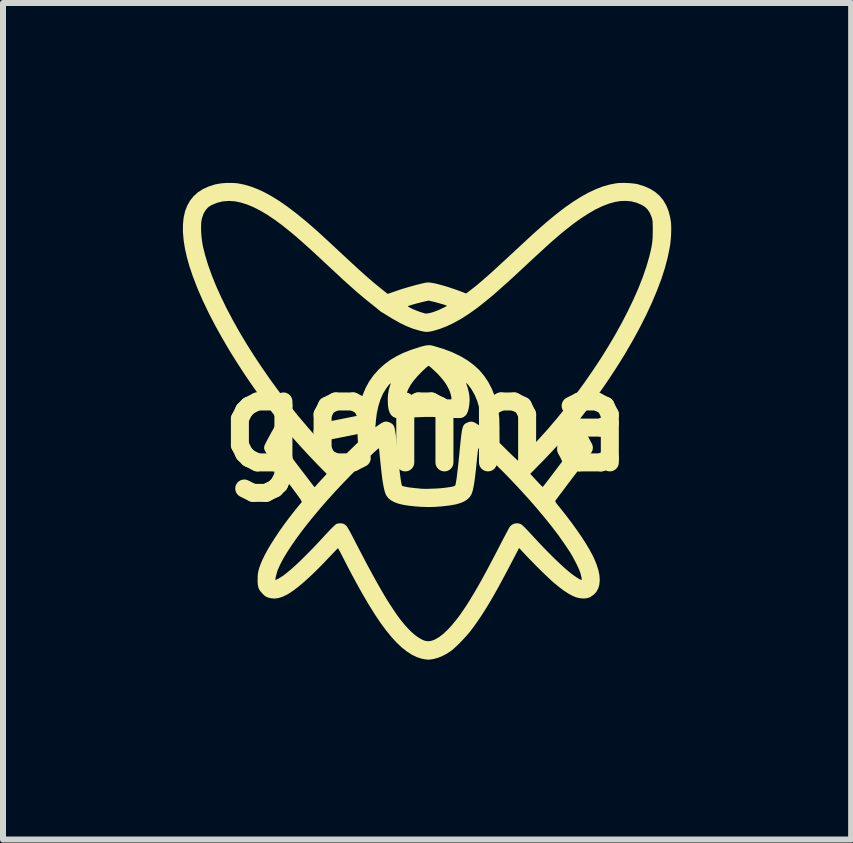
<source format=kicad_pcb>
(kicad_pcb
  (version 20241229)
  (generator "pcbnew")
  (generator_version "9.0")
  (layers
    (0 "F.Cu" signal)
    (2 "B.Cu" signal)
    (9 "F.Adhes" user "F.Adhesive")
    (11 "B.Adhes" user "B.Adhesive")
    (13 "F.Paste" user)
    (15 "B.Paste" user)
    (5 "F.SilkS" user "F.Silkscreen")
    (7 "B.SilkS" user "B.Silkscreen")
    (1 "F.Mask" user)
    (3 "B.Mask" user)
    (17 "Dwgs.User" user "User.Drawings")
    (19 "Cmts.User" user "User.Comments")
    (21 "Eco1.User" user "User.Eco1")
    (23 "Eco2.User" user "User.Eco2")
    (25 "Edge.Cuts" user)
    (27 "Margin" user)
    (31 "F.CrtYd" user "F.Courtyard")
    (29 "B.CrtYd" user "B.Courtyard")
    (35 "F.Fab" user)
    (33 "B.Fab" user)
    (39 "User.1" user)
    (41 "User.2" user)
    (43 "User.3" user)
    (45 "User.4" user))
  (footprint "genna"
    (layer "F.Cu")
    (at 4.071 3.971)
    (property "Reference" "genna" (at 0 0 0) (layer "F.SilkS") (effects (font (size 1.524 1.524) (thickness 0.3))))
    (attr board_only exclude_from_pos_files exclude_from_bom)
    (fp_poly (pts (xy -3.212 -3.969) (xy -3.159 -3.964) (xy -3.051 -3.943) (xy -2.941 -3.911) (xy -2.827 -3.868) (xy -2.711 -3.814) (xy -2.589 -3.747) (xy -2.463 -3.669) (xy -2.331 -3.577) (xy -2.193 -3.473) (xy -2.048 -3.355) (xy -2.048 -3.355) (xy -2.007 -3.321) (xy -1.967 -3.287) (xy -1.928 -3.253) (xy -1.887 -3.217) (xy -1.844 -3.179) (xy -1.797 -3.137) (xy -1.746 -3.09) (xy -1.687 -3.036) (xy -1.621 -2.975) (xy -1.547 -2.906) (xy -1.47 -2.834) (xy -1.375 -2.746) (xy -1.291 -2.668) (xy -1.216 -2.599) (xy -1.149 -2.537) (xy -1.088 -2.482) (xy -1.033 -2.433) (xy -0.982 -2.388) (xy -0.934 -2.347) (xy -0.889 -2.308) (xy -0.844 -2.271) (xy -0.799 -2.234) (xy -0.764 -2.206) (xy -0.656 -2.12) (xy -0.498 -2.175) (xy -0.441 -2.194) (xy -0.378 -2.214) (xy -0.312 -2.233) (xy -0.245 -2.252) (xy -0.18 -2.27) (xy -0.119 -2.285) (xy -0.066 -2.298) (xy -0.023 -2.307) (xy 0.004 -2.311) (xy 0.034 -2.311) (xy 0.077 -2.305) (xy 0.13 -2.295) (xy 0.193 -2.28) (xy 0.263 -2.261) (xy 0.338 -2.239) (xy 0.416 -2.213) (xy 0.496 -2.186) (xy 0.576 -2.156) (xy 0.59 -2.151) (xy 0.652 -2.127) (xy 0.725 -2.183) (xy 0.763 -2.212) (xy 0.801 -2.242) (xy 0.84 -2.274) (xy 0.881 -2.309) (xy 0.926 -2.347) (xy 0.975 -2.39) (xy 1.029 -2.437) (xy 1.089 -2.491) (xy 1.156 -2.552) (xy 1.23 -2.621) (xy 1.314 -2.698) (xy 1.407 -2.784) (xy 1.478 -2.85) (xy 1.557 -2.923) (xy 1.626 -2.987) (xy 1.686 -3.043) (xy 1.74 -3.092) (xy 1.787 -3.135) (xy 1.83 -3.174) (xy 1.871 -3.21) (xy 1.909 -3.244) (xy 1.948 -3.278) (xy 1.987 -3.312) (xy 2.005 -3.327) (xy 2.153 -3.449) (xy 2.294 -3.558) (xy 2.43 -3.653) (xy 2.559 -3.735) (xy 2.684 -3.805) (xy 2.805 -3.862) (xy 2.921 -3.908) (xy 3.034 -3.941) (xy 3.145 -3.963) (xy 3.15 -3.964) (xy 3.198 -3.969) (xy 3.257 -3.971) (xy 3.32 -3.97) (xy 3.383 -3.967) (xy 3.443 -3.961) (xy 3.494 -3.954) (xy 3.515 -3.949) (xy 3.624 -3.915) (xy 3.72 -3.872) (xy 3.805 -3.819) (xy 3.878 -3.756) (xy 3.939 -3.682) (xy 3.988 -3.598) (xy 4.027 -3.503) (xy 4.054 -3.397) (xy 4.066 -3.326) (xy 4.071 -3.268) (xy 4.072 -3.197) (xy 4.07 -3.12) (xy 4.065 -3.039) (xy 4.057 -2.959) (xy 4.046 -2.889) (xy 4.012 -2.723) (xy 3.966 -2.55) (xy 3.907 -2.367) (xy 3.835 -2.177) (xy 3.752 -1.979) (xy 3.657 -1.774) (xy 3.55 -1.562) (xy 3.431 -1.344) (xy 3.301 -1.12) (xy 3.297 -1.114) (xy 3.217 -0.984) (xy 3.129 -0.846) (xy 3.035 -0.703) (xy 2.937 -0.56) (xy 2.837 -0.419) (xy 2.739 -0.284) (xy 2.644 -0.158) (xy 2.625 -0.134) (xy 2.532 -0.014) (xy 2.638 0.176) (xy 2.666 0.227) (xy 2.693 0.275) (xy 2.716 0.317) (xy 2.735 0.353) (xy 2.749 0.379) (xy 2.756 0.393) (xy 2.756 0.394) (xy 2.766 0.436) (xy 2.762 0.478) (xy 2.75 0.509) (xy 2.742 0.521) (xy 2.726 0.545) (xy 2.701 0.578) (xy 2.671 0.621) (xy 2.634 0.671) (xy 2.592 0.728) (xy 2.545 0.79) (xy 2.496 0.856) (xy 2.444 0.924) (xy 2.442 0.926) (xy 2.391 0.995) (xy 2.341 1.06) (xy 2.296 1.12) (xy 2.255 1.175) (xy 2.218 1.223) (xy 2.188 1.263) (xy 2.165 1.295) (xy 2.149 1.316) (xy 2.142 1.326) (xy 2.142 1.326) (xy 2.139 1.332) (xy 2.14 1.34) (xy 2.144 1.351) (xy 2.154 1.367) (xy 2.171 1.389) (xy 2.195 1.42) (xy 2.228 1.46) (xy 2.23 1.463) (xy 2.327 1.585) (xy 2.418 1.706) (xy 2.503 1.824) (xy 2.581 1.937) (xy 2.65 2.045) (xy 2.71 2.146) (xy 2.76 2.238) (xy 2.785 2.29) (xy 2.827 2.391) (xy 2.857 2.486) (xy 2.875 2.574) (xy 2.88 2.655) (xy 2.873 2.728) (xy 2.854 2.793) (xy 2.823 2.849) (xy 2.78 2.895) (xy 2.725 2.933) (xy 2.707 2.942) (xy 2.663 2.955) (xy 2.611 2.959) (xy 2.554 2.955) (xy 2.497 2.943) (xy 2.479 2.937) (xy 2.42 2.912) (xy 2.356 2.877) (xy 2.286 2.831) (xy 2.209 2.774) (xy 2.125 2.705) (xy 2.107 2.69) (xy 2.071 2.658) (xy 2.027 2.616) (xy 1.975 2.567) (xy 1.919 2.513) (xy 1.86 2.455) (xy 1.8 2.395) (xy 1.742 2.335) (xy 1.686 2.278) (xy 1.636 2.225) (xy 1.535 2.117) (xy 1.412 2.353) (xy 1.334 2.501) (xy 1.262 2.636) (xy 1.195 2.76) (xy 1.132 2.873) (xy 1.072 2.977) (xy 1.015 3.073) (xy 0.959 3.163) (xy 0.905 3.247) (xy 0.851 3.327) (xy 0.797 3.404) (xy 0.748 3.471) (xy 0.709 3.521) (xy 0.663 3.575) (xy 0.612 3.631) (xy 0.56 3.686) (xy 0.508 3.738) (xy 0.459 3.783) (xy 0.416 3.821) (xy 0.395 3.837) (xy 0.327 3.881) (xy 0.255 3.918) (xy 0.182 3.948) (xy 0.11 3.968) (xy 0.044 3.978) (xy 0.02 3.979) (xy -0.012 3.976) (xy -0.051 3.971) (xy -0.088 3.963) (xy -0.088 3.963) (xy -0.17 3.937) (xy -0.253 3.897) (xy -0.336 3.843) (xy -0.421 3.776) (xy -0.507 3.695) (xy -0.594 3.6) (xy -0.684 3.49) (xy -0.776 3.365) (xy -0.869 3.226) (xy -0.966 3.071) (xy -0.986 3.037) (xy -1.061 2.91) (xy -1.14 2.77) (xy -1.222 2.62) (xy -1.306 2.462) (xy -1.39 2.298) (xy -1.417 2.246) (xy -1.438 2.205) (xy -1.456 2.171) (xy -1.471 2.144) (xy -1.482 2.126) (xy -1.486 2.121) (xy -1.493 2.127) (xy -1.508 2.142) (xy -1.531 2.166) (xy -1.561 2.197) (xy -1.594 2.232) (xy -1.616 2.255) (xy -1.738 2.383) (xy -1.852 2.498) (xy -1.958 2.599) (xy -2.056 2.688) (xy -2.146 2.763) (xy -2.227 2.825) (xy -2.3 2.874) (xy -2.329 2.891) (xy -2.404 2.928) (xy -2.472 2.95) (xy -2.537 2.96) (xy -2.598 2.956) (xy -2.635 2.948) (xy -2.666 2.937) (xy -2.69 2.926) (xy -2.712 2.909) (xy -2.738 2.885) (xy -2.74 2.882) (xy -2.772 2.848) (xy -2.795 2.815) (xy -2.811 2.781) (xy -2.82 2.741) (xy -2.825 2.692) (xy -2.825 2.648) (xy -2.529 2.648) (xy -2.529 2.649) (xy -2.52 2.648) (xy -2.501 2.64) (xy -2.475 2.626) (xy -2.445 2.608) (xy -2.414 2.588) (xy -2.397 2.577) (xy -2.337 2.53) (xy -2.267 2.472) (xy -2.189 2.402) (xy -2.103 2.321) (xy -2.01 2.228) (xy -1.909 2.126) (xy -1.802 2.013) (xy -1.714 1.918) (xy -1.666 1.866) (xy -1.622 1.82) (xy -1.584 1.781) (xy -1.552 1.75) (xy -1.529 1.729) (xy -1.515 1.718) (xy -1.514 1.717) (xy -1.479 1.707) (xy -1.439 1.705) (xy -1.4 1.711) (xy -1.389 1.715) (xy -1.368 1.728) (xy -1.346 1.747) (xy -1.34 1.753) (xy -1.331 1.766) (xy -1.316 1.791) (xy -1.295 1.827) (xy -1.271 1.872) (xy -1.244 1.923) (xy -1.215 1.979) (xy -1.189 2.03) (xy -1.092 2.216) (xy -1.002 2.388) (xy -0.916 2.547) (xy -0.835 2.693) (xy -0.759 2.827) (xy -0.687 2.949) (xy -0.618 3.059) (xy -0.552 3.159) (xy -0.49 3.249) (xy -0.43 3.329) (xy -0.372 3.399) (xy -0.316 3.461) (xy -0.262 3.515) (xy -0.209 3.562) (xy -0.157 3.601) (xy -0.144 3.609) (xy -0.087 3.643) (xy -0.036 3.664) (xy 0.012 3.672) (xy 0.06 3.668) (xy 0.111 3.652) (xy 0.133 3.642) (xy 0.199 3.604) (xy 0.268 3.551) (xy 0.339 3.485) (xy 0.415 3.403) (xy 0.493 3.307) (xy 0.546 3.238) (xy 0.599 3.161) (xy 0.656 3.077) (xy 0.714 2.984) (xy 0.776 2.882) (xy 0.842 2.77) (xy 0.911 2.647) (xy 0.985 2.512) (xy 1.063 2.365) (xy 1.147 2.205) (xy 1.209 2.085) (xy 1.242 2.021) (xy 1.274 1.96) (xy 1.303 1.905) (xy 1.329 1.856) (xy 1.351 1.815) (xy 1.367 1.785) (xy 1.378 1.766) (xy 1.382 1.761) (xy 1.413 1.731) (xy 1.452 1.712) (xy 1.495 1.704) (xy 1.539 1.71) (xy 1.569 1.722) (xy 1.584 1.733) (xy 1.608 1.755) (xy 1.64 1.786) (xy 1.677 1.824) (xy 1.718 1.868) (xy 1.74 1.892) (xy 1.847 2.008) (xy 1.95 2.116) (xy 2.047 2.215) (xy 2.139 2.306) (xy 2.224 2.387) (xy 2.301 2.457) (xy 2.37 2.516) (xy 2.418 2.554) (xy 2.456 2.581) (xy 2.493 2.606) (xy 2.526 2.627) (xy 2.553 2.642) (xy 2.572 2.649) (xy 2.577 2.65) (xy 2.579 2.643) (xy 2.578 2.625) (xy 2.573 2.597) (xy 2.565 2.565) (xy 2.556 2.53) (xy 2.551 2.518) (xy 2.536 2.477) (xy 2.513 2.426) (xy 2.485 2.369) (xy 2.454 2.309) (xy 2.421 2.249) (xy 2.388 2.193) (xy 2.381 2.182) (xy 2.293 2.05) (xy 2.194 1.909) (xy 2.082 1.762) (xy 1.958 1.608) (xy 1.824 1.448) (xy 1.679 1.282) (xy 1.523 1.112) (xy 1.374 0.954) (xy 1.33 0.908) (xy 1.302 0.88) (xy 1.721 0.88) (xy 1.823 0.991) (xy 1.855 1.025) (xy 1.883 1.055) (xy 1.906 1.078) (xy 1.923 1.093) (xy 1.93 1.099) (xy 1.93 1.099) (xy 1.936 1.092) (xy 1.95 1.074) (xy 1.972 1.046) (xy 2 1.009) (xy 2.035 0.964) (xy 2.074 0.912) (xy 2.117 0.855) (xy 2.164 0.794) (xy 2.182 0.77) (xy 2.229 0.707) (xy 2.273 0.648) (xy 2.314 0.594) (xy 2.35 0.546) (xy 2.38 0.505) (xy 2.404 0.472) (xy 2.421 0.449) (xy 2.429 0.437) (xy 2.43 0.435) (xy 2.427 0.425) (xy 2.417 0.404) (xy 2.403 0.376) (xy 2.385 0.342) (xy 2.378 0.33) (xy 2.325 0.235) (xy 2.294 0.272) (xy 2.254 0.319) (xy 2.205 0.375) (xy 2.148 0.437) (xy 2.087 0.503) (xy 2.022 0.572) (xy 1.956 0.641) (xy 1.891 0.707) (xy 1.887 0.711) (xy 1.721 0.88) (xy 1.302 0.88) (xy 1.28 0.857) (xy 1.227 0.805) (xy 1.173 0.751) (xy 1.118 0.697) (xy 1.065 0.645) (xy 1.014 0.597) (xy 0.969 0.554) (xy 0.929 0.517) (xy 0.897 0.489) (xy 0.875 0.47) (xy 0.874 0.47) (xy 0.853 0.453) (xy 0.849 0.486) (xy 0.847 0.504) (xy 0.843 0.535) (xy 0.839 0.575) (xy 0.834 0.622) (xy 0.829 0.672) (xy 0.828 0.68) (xy 0.817 0.791) (xy 0.806 0.887) (xy 0.796 0.969) (xy 0.786 1.039) (xy 0.775 1.098) (xy 0.765 1.147) (xy 0.754 1.186) (xy 0.743 1.216) (xy 0.716 1.263) (xy 0.677 1.303) (xy 0.626 1.337) (xy 0.563 1.365) (xy 0.486 1.388) (xy 0.396 1.405) (xy 0.359 1.41) (xy 0.237 1.424) (xy 0.124 1.432) (xy 0.016 1.434) (xy -0.091 1.431) (xy -0.202 1.423) (xy -0.309 1.411) (xy -0.403 1.396) (xy -0.483 1.376) (xy -0.549 1.351) (xy -0.603 1.321) (xy -0.646 1.286) (xy -0.677 1.244) (xy -0.687 1.225) (xy -0.7 1.193) (xy -0.712 1.15) (xy -0.724 1.096) (xy -0.736 1.03) (xy -0.748 0.952) (xy -0.759 0.86) (xy -0.771 0.754) (xy -0.783 0.634) (xy -0.791 0.559) (xy -0.794 0.521) (xy -0.798 0.489) (xy -0.8 0.466) (xy -0.802 0.455) (xy -0.802 0.454) (xy -0.809 0.458) (xy -0.827 0.471) (xy -0.853 0.495) (xy -0.889 0.527) (xy -0.932 0.568) (xy -0.983 0.617) (xy -1.04 0.672) (xy -1.103 0.733) (xy -1.129 0.758) (xy -1.268 0.898) (xy -1.404 1.039) (xy -1.535 1.179) (xy -1.66 1.317) (xy -1.779 1.454) (xy -1.892 1.588) (xy -1.998 1.719) (xy -2.096 1.846) (xy -2.185 1.967) (xy -2.265 2.083) (xy -2.336 2.192) (xy -2.397 2.294) (xy -2.447 2.388) (xy -2.485 2.473) (xy -2.494 2.495) (xy -2.502 2.522) (xy -2.511 2.553) (xy -2.519 2.585) (xy -2.526 2.614) (xy -2.529 2.636) (xy -2.529 2.648) (xy -2.825 2.648) (xy -2.825 2.639) (xy -2.824 2.585) (xy -2.819 2.537) (xy -2.81 2.491) (xy -2.796 2.443) (xy -2.777 2.389) (xy -2.75 2.325) (xy -2.747 2.318) (xy -2.71 2.241) (xy -2.663 2.154) (xy -2.607 2.059) (xy -2.543 1.958) (xy -2.473 1.853) (xy -2.397 1.744) (xy -2.316 1.635) (xy -2.232 1.526) (xy -2.146 1.419) (xy -2.09 1.352) (xy -2.089 1.348) (xy -2.09 1.342) (xy -2.095 1.332) (xy -2.103 1.317) (xy -2.116 1.298) (xy -2.134 1.272) (xy -2.158 1.239) (xy -2.188 1.198) (xy -2.225 1.148) (xy -2.269 1.089) (xy -2.322 1.019) (xy -2.383 0.937) (xy -2.392 0.926) (xy -2.456 0.841) (xy -2.512 0.767) (xy -2.559 0.704) (xy -2.599 0.651) (xy -2.631 0.606) (xy -2.658 0.568) (xy -2.678 0.537) (xy -2.694 0.512) (xy -2.705 0.491) (xy -2.712 0.474) (xy -2.716 0.46) (xy -2.717 0.447) (xy -2.716 0.441) (xy -2.379 0.441) (xy -2.372 0.451) (xy -2.357 0.471) (xy -2.335 0.5) (xy -2.307 0.538) (xy -2.274 0.582) (xy -2.237 0.63) (xy -2.198 0.683) (xy -2.156 0.738) (xy -2.114 0.793) (xy -2.072 0.848) (xy -2.031 0.901) (xy -1.993 0.951) (xy -1.959 0.996) (xy -1.929 1.035) (xy -1.905 1.066) (xy -1.887 1.089) (xy -1.878 1.101) (xy -1.876 1.102) (xy -1.869 1.097) (xy -1.856 1.083) (xy -1.844 1.069) (xy -1.828 1.05) (xy -1.804 1.024) (xy -1.776 0.993) (xy -1.746 0.96) (xy -1.744 0.959) (xy -1.673 0.881) (xy -1.824 0.728) (xy -1.894 0.654) (xy -1.972 0.573) (xy -2.052 0.486) (xy -2.132 0.399) (xy -2.208 0.314) (xy -2.25 0.266) (xy -2.265 0.25) (xy -2.275 0.243) (xy -2.277 0.242) (xy -2.282 0.25) (xy -2.293 0.269) (xy -2.309 0.296) (xy -2.328 0.329) (xy -2.333 0.338) (xy -2.355 0.38) (xy -2.371 0.412) (xy -2.378 0.433) (xy -2.379 0.441) (xy -2.716 0.441) (xy -2.716 0.435) (xy -2.714 0.422) (xy -2.712 0.415) (xy -2.707 0.401) (xy -2.694 0.375) (xy -2.677 0.34) (xy -2.654 0.297) (xy -2.628 0.249) (xy -2.6 0.197) (xy -2.595 0.188) (xy -2.562 0.13) (xy -2.537 0.084) (xy -2.518 0.049) (xy -2.505 0.022) (xy -2.497 0.003) (xy -2.492 -0.01) (xy -2.491 -0.019) (xy -2.493 -0.025) (xy -2.494 -0.026) (xy -2.502 -0.038) (xy -2.518 -0.059) (xy -2.539 -0.087) (xy -2.564 -0.119) (xy -2.571 -0.128) (xy -2.727 -0.332) (xy -2.878 -0.54) (xy -3.024 -0.752) (xy -3.163 -0.965) (xy -3.296 -1.178) (xy -3.42 -1.39) (xy -3.536 -1.599) (xy -3.642 -1.804) (xy -3.737 -2.003) (xy -3.821 -2.194) (xy -3.844 -2.252) (xy -3.908 -2.42) (xy -3.961 -2.577) (xy -4.003 -2.726) (xy -4.035 -2.866) (xy -4.057 -2.999) (xy -4.069 -3.126) (xy -4.071 -3.158) (xy -4.07 -3.255) (xy -3.768 -3.255) (xy -3.768 -3.187) (xy -3.764 -3.114) (xy -3.757 -3.04) (xy -3.747 -2.967) (xy -3.738 -2.917) (xy -3.7 -2.763) (xy -3.65 -2.6) (xy -3.589 -2.429) (xy -3.517 -2.251) (xy -3.434 -2.067) (xy -3.342 -1.878) (xy -3.24 -1.685) (xy -3.13 -1.488) (xy -3.011 -1.289) (xy -2.884 -1.088) (xy -2.75 -0.887) (xy -2.61 -0.685) (xy -2.463 -0.484) (xy -2.31 -0.285) (xy -2.152 -0.089) (xy -1.989 0.104) (xy -1.881 0.227) (xy -1.851 0.259) (xy -1.816 0.297) (xy -1.777 0.339) (xy -1.735 0.383) (xy -1.692 0.427) (xy -1.649 0.472) (xy -1.607 0.515) (xy -1.567 0.554) (xy -1.532 0.589) (xy -1.503 0.618) (xy -1.48 0.64) (xy -1.466 0.652) (xy -1.461 0.655) (xy -1.455 0.649) (xy -1.438 0.634) (xy -1.414 0.61) (xy -1.383 0.58) (xy -1.346 0.545) (xy -1.306 0.506) (xy -1.304 0.504) (xy -1.152 0.356) (xy -1.158 0.25) (xy -1.159 0.191) (xy -1.159 0.123) (xy -1.159 0.104) (xy -0.862 0.104) (xy -0.811 0.068) (xy -0.761 0.035) (xy -0.72 0.015) (xy -0.688 0.008) (xy -0.686 0.008) (xy -0.647 0.014) (xy -0.608 0.03) (xy -0.585 0.045) (xy -0.575 0.054) (xy -0.566 0.063) (xy -0.558 0.074) (xy -0.551 0.087) (xy -0.545 0.104) (xy -0.539 0.126) (xy -0.533 0.155) (xy -0.527 0.19) (xy -0.521 0.234) (xy -0.515 0.288) (xy -0.508 0.353) (xy -0.5 0.43) (xy -0.49 0.52) (xy -0.481 0.618) (xy -0.47 0.719) (xy -0.46 0.809) (xy -0.451 0.887) (xy -0.442 0.953) (xy -0.434 1.006) (xy -0.427 1.045) (xy -0.421 1.07) (xy -0.417 1.079) (xy -0.405 1.085) (xy -0.379 1.091) (xy -0.344 1.099) (xy -0.303 1.106) (xy -0.257 1.112) (xy -0.21 1.117) (xy -0.207 1.118) (xy -0.168 1.121) (xy -0.132 1.125) (xy -0.103 1.128) (xy -0.09 1.129) (xy -0.062 1.13) (xy -0.023 1.131) (xy 0.026 1.13) (xy 0.08 1.128) (xy 0.136 1.126) (xy 0.19 1.123) (xy 0.24 1.119) (xy 0.281 1.115) (xy 0.289 1.114) (xy 0.356 1.105) (xy 0.407 1.097) (xy 0.442 1.088) (xy 0.463 1.08) (xy 0.468 1.076) (xy 0.473 1.066) (xy 0.478 1.045) (xy 0.484 1.013) (xy 0.491 0.97) (xy 0.498 0.915) (xy 0.506 0.847) (xy 0.516 0.765) (xy 0.526 0.67) (xy 0.537 0.559) (xy 0.54 0.532) (xy 0.549 0.435) (xy 0.558 0.353) (xy 0.565 0.284) (xy 0.572 0.226) (xy 0.579 0.179) (xy 0.586 0.141) (xy 0.594 0.111) (xy 0.602 0.088) (xy 0.611 0.071) (xy 0.622 0.057) (xy 0.634 0.046) (xy 0.648 0.037) (xy 0.665 0.029) (xy 0.666 0.028) (xy 0.702 0.014) (xy 0.735 0.009) (xy 0.767 0.014) (xy 0.803 0.03) (xy 0.846 0.057) (xy 0.854 0.063) (xy 0.909 0.103) (xy 0.904 0.018) (xy 0.892 -0.107) (xy 0.869 -0.226) (xy 0.836 -0.336) (xy 0.794 -0.437) (xy 0.743 -0.527) (xy 0.737 -0.536) (xy 0.717 -0.563) (xy 0.698 -0.589) (xy 0.68 -0.61) (xy 0.665 -0.626) (xy 0.655 -0.634) (xy 0.653 -0.631) (xy 0.653 -0.629) (xy 0.68 -0.546) (xy 0.698 -0.472) (xy 0.708 -0.404) (xy 0.71 -0.339) (xy 0.705 -0.279) (xy 0.695 -0.213) (xy 0.681 -0.161) (xy 0.664 -0.121) (xy 0.641 -0.091) (xy 0.613 -0.069) (xy 0.593 -0.059) (xy 0.583 -0.055) (xy 0.572 -0.053) (xy 0.559 -0.051) (xy 0.541 -0.05) (xy 0.517 -0.05) (xy 0.486 -0.05) (xy 0.444 -0.052) (xy 0.391 -0.054) (xy 0.326 -0.058) (xy 0.289 -0.059) (xy 0.214 -0.063) (xy 0.152 -0.066) (xy 0.098 -0.068) (xy 0.051 -0.069) (xy 0.006 -0.069) (xy -0.04 -0.068) (xy -0.09 -0.066) (xy -0.147 -0.064) (xy -0.214 -0.061) (xy -0.239 -0.059) (xy -0.302 -0.056) (xy -0.361 -0.054) (xy -0.414 -0.052) (xy -0.458 -0.051) (xy -0.492 -0.05) (xy -0.514 -0.051) (xy -0.521 -0.051) (xy -0.563 -0.068) (xy -0.597 -0.098) (xy -0.623 -0.14) (xy -0.642 -0.196) (xy -0.652 -0.264) (xy -0.655 -0.346) (xy -0.655 -0.369) (xy -0.359 -0.369) (xy -0.356 -0.365) (xy -0.345 -0.362) (xy -0.326 -0.36) (xy -0.296 -0.36) (xy -0.255 -0.361) (xy -0.201 -0.364) (xy -0.132 -0.368) (xy -0.129 -0.368) (xy -0.067 -0.371) (xy -0.005 -0.372) (xy 0.063 -0.372) (xy 0.14 -0.369) (xy 0.201 -0.367) (xy 0.255 -0.364) (xy 0.304 -0.363) (xy 0.346 -0.362) (xy 0.378 -0.361) (xy 0.398 -0.362) (xy 0.404 -0.363) (xy 0.407 -0.375) (xy 0.405 -0.398) (xy 0.399 -0.428) (xy 0.389 -0.462) (xy 0.378 -0.497) (xy 0.365 -0.528) (xy 0.364 -0.528) (xy 0.337 -0.582) (xy 0.307 -0.631) (xy 0.271 -0.68) (xy 0.225 -0.734) (xy 0.223 -0.737) (xy 0.199 -0.764) (xy 0.17 -0.794) (xy 0.139 -0.824) (xy 0.107 -0.854) (xy 0.078 -0.881) (xy 0.053 -0.903) (xy 0.034 -0.917) (xy 0.024 -0.922) (xy 0.016 -0.917) (xy -0.00041 -0.903) (xy -0.025 -0.881) (xy -0.054 -0.854) (xy -0.082 -0.828) (xy -0.162 -0.745) (xy -0.228 -0.667) (xy -0.28 -0.593) (xy -0.318 -0.521) (xy -0.343 -0.452) (xy -0.348 -0.431) (xy -0.354 -0.403) (xy -0.358 -0.381) (xy -0.359 -0.369) (xy -0.655 -0.369) (xy -0.655 -0.378) (xy -0.649 -0.455) (xy -0.637 -0.523) (xy -0.618 -0.588) (xy -0.606 -0.622) (xy -0.605 -0.629) (xy -0.612 -0.626) (xy -0.624 -0.615) (xy -0.642 -0.596) (xy -0.661 -0.571) (xy -0.677 -0.55) (xy -0.732 -0.461) (xy -0.777 -0.36) (xy -0.812 -0.247) (xy -0.839 -0.122) (xy -0.855 0.015) (xy -0.856 0.03) (xy -0.862 0.104) (xy -1.159 0.104) (xy -1.157 0.052) (xy -1.154 -0.018) (xy -1.149 -0.083) (xy -1.144 -0.138) (xy -1.141 -0.156) (xy -1.113 -0.298) (xy -1.075 -0.429) (xy -1.025 -0.55) (xy -0.964 -0.662) (xy -0.891 -0.765) (xy -0.805 -0.861) (xy -0.802 -0.864) (xy -0.713 -0.944) (xy -0.617 -1.016) (xy -0.511 -1.08) (xy -0.394 -1.137) (xy -0.264 -1.188) (xy -0.121 -1.234) (xy -0.12 -1.235) (xy -0.067 -1.249) (xy -0.025 -1.259) (xy 0.01 -1.264) (xy 0.041 -1.265) (xy 0.072 -1.261) (xy 0.107 -1.253) (xy 0.117 -1.25) (xy 0.276 -1.202) (xy 0.421 -1.147) (xy 0.553 -1.084) (xy 0.671 -1.014) (xy 0.777 -0.936) (xy 0.871 -0.85) (xy 0.952 -0.754) (xy 1.022 -0.65) (xy 1.081 -0.536) (xy 1.129 -0.412) (xy 1.167 -0.278) (xy 1.193 -0.145) (xy 1.198 -0.11) (xy 1.202 -0.071) (xy 1.205 -0.027) (xy 1.206 0.027) (xy 1.208 0.091) (xy 1.208 0.152) (xy 1.209 0.364) (xy 1.357 0.51) (xy 1.397 0.549) (xy 1.433 0.584) (xy 1.465 0.614) (xy 1.489 0.637) (xy 1.506 0.652) (xy 1.514 0.657) (xy 1.522 0.651) (xy 1.539 0.636) (xy 1.564 0.611) (xy 1.597 0.58) (xy 1.634 0.542) (xy 1.676 0.499) (xy 1.72 0.453) (xy 1.766 0.405) (xy 1.812 0.356) (xy 1.856 0.309) (xy 2.018 0.13) (xy 2.176 -0.056) (xy 2.33 -0.248) (xy 2.48 -0.443) (xy 2.625 -0.641) (xy 2.764 -0.842) (xy 2.897 -1.043) (xy 3.023 -1.245) (xy 3.141 -1.445) (xy 3.251 -1.644) (xy 3.352 -1.84) (xy 3.444 -2.032) (xy 3.526 -2.218) (xy 3.597 -2.399) (xy 3.657 -2.573) (xy 3.705 -2.739) (xy 3.716 -2.783) (xy 3.732 -2.85) (xy 3.744 -2.907) (xy 3.752 -2.958) (xy 3.758 -3.006) (xy 3.762 -3.058) (xy 3.763 -3.117) (xy 3.764 -3.178) (xy 3.764 -3.233) (xy 3.763 -3.276) (xy 3.762 -3.308) (xy 3.76 -3.333) (xy 3.757 -3.353) (xy 3.753 -3.372) (xy 3.747 -3.392) (xy 3.743 -3.405) (xy 3.715 -3.471) (xy 3.681 -3.524) (xy 3.638 -3.567) (xy 3.585 -3.602) (xy 3.58 -3.604) (xy 3.498 -3.639) (xy 3.413 -3.662) (xy 3.323 -3.671) (xy 3.23 -3.669) (xy 3.132 -3.653) (xy 3.029 -3.624) (xy 2.921 -3.582) (xy 2.808 -3.528) (xy 2.689 -3.459) (xy 2.563 -3.378) (xy 2.431 -3.282) (xy 2.292 -3.173) (xy 2.276 -3.16) (xy 2.238 -3.129) (xy 2.201 -3.097) (xy 2.162 -3.064) (xy 2.122 -3.029) (xy 2.078 -2.991) (xy 2.03 -2.948) (xy 1.977 -2.9) (xy 1.918 -2.845) (xy 1.851 -2.784) (xy 1.776 -2.715) (xy 1.691 -2.636) (xy 1.626 -2.575) (xy 1.52 -2.477) (xy 1.424 -2.388) (xy 1.336 -2.308) (xy 1.256 -2.237) (xy 1.183 -2.172) (xy 1.116 -2.113) (xy 1.052 -2.059) (xy 0.992 -2.01) (xy 0.934 -1.963) (xy 0.877 -1.918) (xy 0.837 -1.887) (xy 0.705 -1.792) (xy 0.575 -1.709) (xy 0.448 -1.638) (xy 0.325 -1.579) (xy 0.207 -1.534) (xy 0.118 -1.508) (xy 0.069 -1.496) (xy 0.029 -1.489) (xy -0.005 -1.487) (xy -0.04 -1.489) (xy -0.08 -1.497) (xy -0.126 -1.508) (xy -0.235 -1.54) (xy -0.346 -1.584) (xy -0.461 -1.64) (xy -0.582 -1.709) (xy -0.637 -1.743) (xy -0.672 -1.765) (xy -0.704 -1.784) (xy -0.729 -1.8) (xy -0.745 -1.809) (xy -0.748 -1.81) (xy -0.763 -1.819) (xy -0.784 -1.835) (xy -0.803 -1.85) (xy -0.822 -1.867) (xy -0.851 -1.89) (xy -0.883 -1.916) (xy -0.319 -1.916) (xy -0.317 -1.911) (xy -0.303 -1.901) (xy -0.28 -1.888) (xy -0.249 -1.873) (xy -0.214 -1.857) (xy -0.176 -1.841) (xy -0.138 -1.827) (xy -0.109 -1.817) (xy -0.079 -1.808) (xy -0.054 -1.8) (xy -0.038 -1.795) (xy -0.035 -1.794) (xy -0.017 -1.792) (xy 0.012 -1.795) (xy 0.049 -1.802) (xy 0.089 -1.813) (xy 0.106 -1.818) (xy 0.138 -1.83) (xy 0.174 -1.844) (xy 0.212 -1.86) (xy 0.248 -1.877) (xy 0.281 -1.892) (xy 0.307 -1.906) (xy 0.325 -1.917) (xy 0.331 -1.923) (xy 0.331 -1.924) (xy 0.32 -1.928) (xy 0.297 -1.936) (xy 0.266 -1.946) (xy 0.228 -1.957) (xy 0.187 -1.969) (xy 0.146 -1.98) (xy 0.108 -1.99) (xy 0.093 -1.993) (xy 0.026 -2.009) (xy -0.056 -1.99) (xy -0.093 -1.981) (xy -0.136 -1.97) (xy -0.18 -1.959) (xy -0.223 -1.947) (xy -0.262 -1.935) (xy -0.293 -1.926) (xy -0.313 -1.918) (xy -0.319 -1.916) (xy -0.883 -1.916) (xy -0.885 -1.918) (xy -0.923 -1.948) (xy -0.942 -1.963) (xy -1.001 -2.01) (xy -1.06 -2.059) (xy -1.122 -2.111) (xy -1.187 -2.167) (xy -1.257 -2.229) (xy -1.333 -2.297) (xy -1.416 -2.372) (xy -1.507 -2.457) (xy -1.609 -2.551) (xy -1.61 -2.553) (xy -1.702 -2.638) (xy -1.784 -2.715) (xy -1.857 -2.782) (xy -1.922 -2.842) (xy -1.98 -2.895) (xy -2.033 -2.942) (xy -2.081 -2.985) (xy -2.126 -3.025) (xy -2.168 -3.062) (xy -2.21 -3.097) (xy -2.252 -3.133) (xy -2.279 -3.155) (xy -2.415 -3.264) (xy -2.545 -3.36) (xy -2.668 -3.442) (xy -2.785 -3.511) (xy -2.897 -3.568) (xy -3.004 -3.612) (xy -3.107 -3.644) (xy -3.203 -3.664) (xy -3.304 -3.671) (xy -3.403 -3.663) (xy -3.5 -3.64) (xy -3.593 -3.601) (xy -3.594 -3.601) (xy -3.648 -3.566) (xy -3.691 -3.519) (xy -3.726 -3.46) (xy -3.751 -3.388) (xy -3.757 -3.363) (xy -3.765 -3.315) (xy -3.768 -3.255) (xy -4.07 -3.255) (xy -4.07 -3.283) (xy -4.058 -3.397) (xy -4.034 -3.501) (xy -3.998 -3.594) (xy -3.951 -3.677) (xy -3.892 -3.75) (xy -3.821 -3.814) (xy -3.738 -3.867) (xy -3.643 -3.911) (xy -3.536 -3.945) (xy -3.535 -3.946) (xy -3.481 -3.956) (xy -3.417 -3.965) (xy -3.347 -3.97) (xy -3.277 -3.971)) (stroke (width 0) (type solid)) (fill yes) (layer "F.SilkS")))
  (gr_rect
    (start -3 -3)
    (end 11.143 10.95)
    (stroke (width 0.1) (type default))
    (fill no)
    (layer "Edge.Cuts")))
</source>
